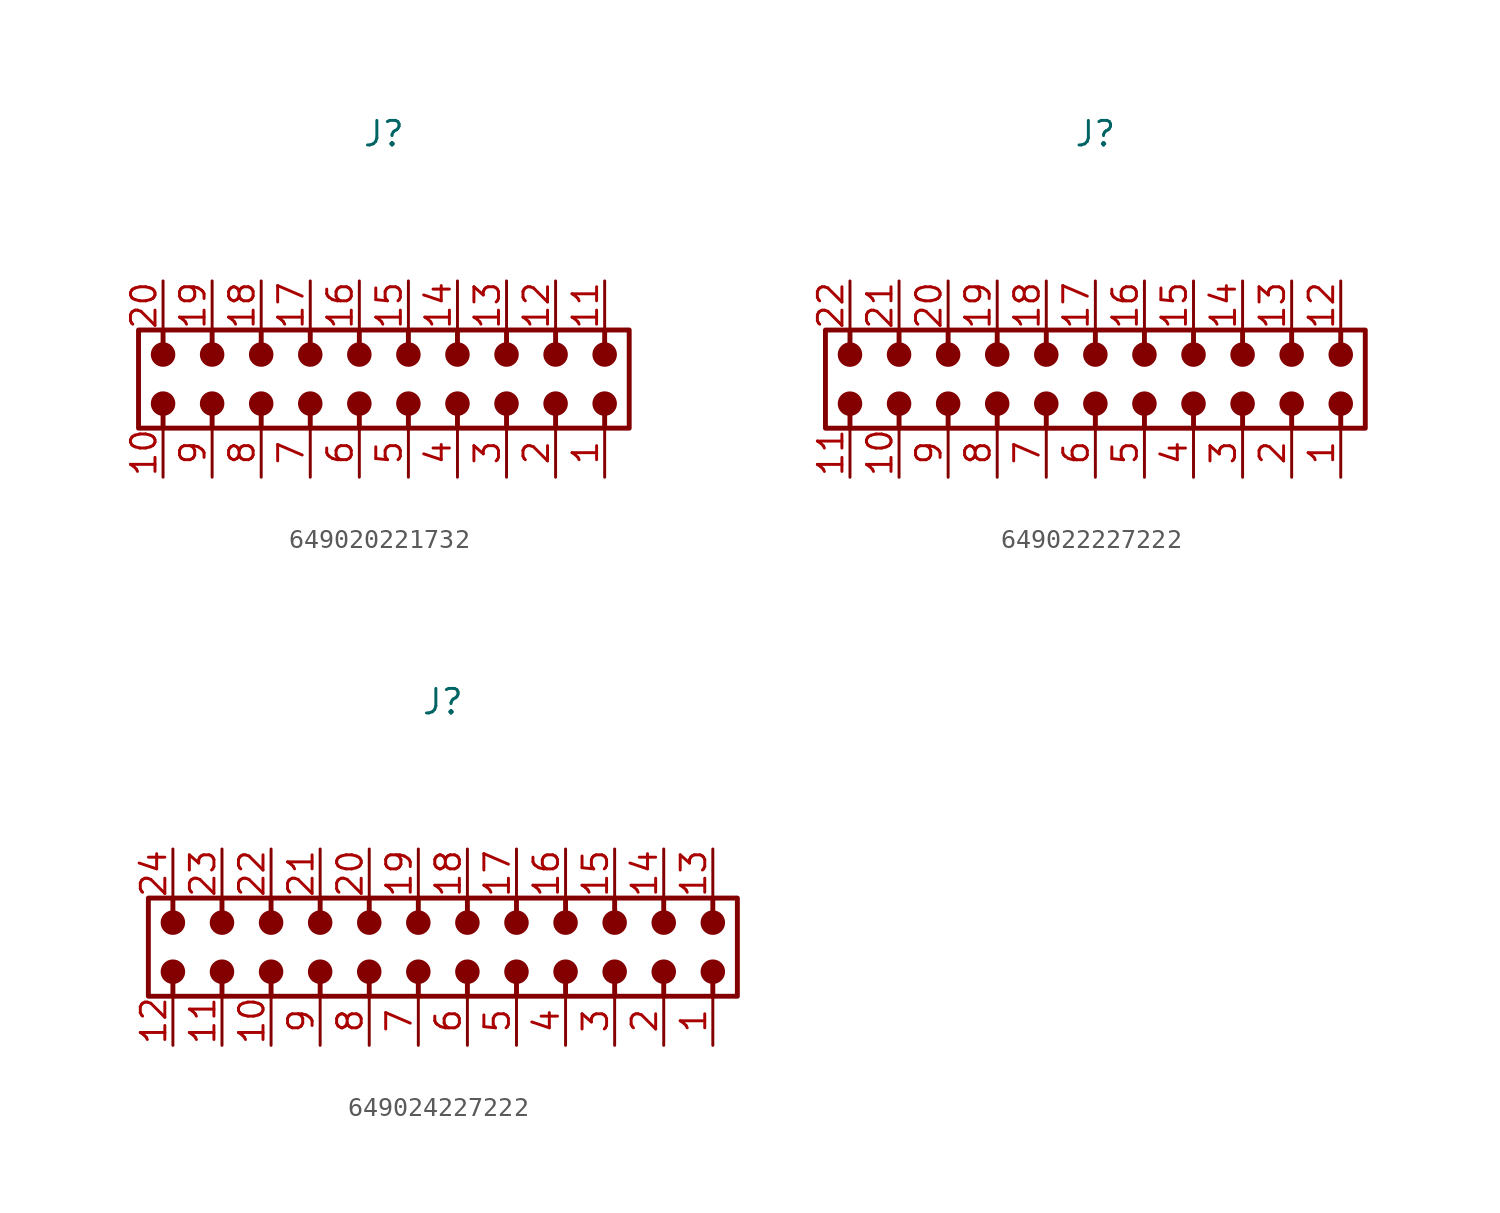
<source format=kicad_sym>
(kicad_symbol_lib
  (version 20241209)
  (generator "kicad_symbol_editor")
  (generator_version "9.0")
  (symbol "649020221732"
    (pin_names
      (hide yes))
    (property "Reference" "J"
      (at 0 12.7 0)
      (effects (font (size 1.27 1.27))))
    (symbol "649020221732_1_1"
      (rectangle (start -12.7 2.54) (end 12.7 -2.54) (stroke (width 0.254) (type solid)) (fill (type none)))
      (polyline (pts (xy -11.43 1.778) (xy -11.43 2.54)) (stroke (width 0.254) (type solid)) (fill (type none)))
      (circle (center -11.43 1.27) (radius 0.508) (stroke (width 0.254) (type solid)) (fill (type outline)))
      (circle (center -11.43 -1.27) (radius 0.508) (stroke (width 0.254) (type solid)) (fill (type outline)))
      (polyline (pts (xy -11.43 -1.778) (xy -11.43 -2.54)) (stroke (width 0.254) (type solid)) (fill (type none)))
      (polyline (pts (xy -8.89 1.778) (xy -8.89 2.54)) (stroke (width 0.254) (type solid)) (fill (type none)))
      (circle (center -8.89 1.27) (radius 0.508) (stroke (width 0.254) (type solid)) (fill (type outline)))
      (circle (center -8.89 -1.27) (radius 0.508) (stroke (width 0.254) (type solid)) (fill (type outline)))
      (polyline (pts (xy -8.89 -1.778) (xy -8.89 -2.54)) (stroke (width 0.254) (type solid)) (fill (type none)))
      (polyline (pts (xy -6.35 1.778) (xy -6.35 2.54)) (stroke (width 0.254) (type solid)) (fill (type none)))
      (circle (center -6.35 1.27) (radius 0.508) (stroke (width 0.254) (type solid)) (fill (type outline)))
      (circle (center -6.35 -1.27) (radius 0.508) (stroke (width 0.254) (type solid)) (fill (type outline)))
      (polyline (pts (xy -6.35 -1.778) (xy -6.35 -2.54)) (stroke (width 0.254) (type solid)) (fill (type none)))
      (polyline (pts (xy -3.81 1.778) (xy -3.81 2.54)) (stroke (width 0.254) (type solid)) (fill (type none)))
      (circle (center -3.81 1.27) (radius 0.508) (stroke (width 0.254) (type solid)) (fill (type outline)))
      (circle (center -3.81 -1.27) (radius 0.508) (stroke (width 0.254) (type solid)) (fill (type outline)))
      (polyline (pts (xy -3.81 -1.778) (xy -3.81 -2.54)) (stroke (width 0.254) (type solid)) (fill (type none)))
      (polyline (pts (xy -1.27 1.778) (xy -1.27 2.54)) (stroke (width 0.254) (type solid)) (fill (type none)))
      (circle (center -1.27 1.27) (radius 0.508) (stroke (width 0.254) (type solid)) (fill (type outline)))
      (circle (center -1.27 -1.27) (radius 0.508) (stroke (width 0.254) (type solid)) (fill (type outline)))
      (polyline (pts (xy -1.27 -1.778) (xy -1.27 -2.54)) (stroke (width 0.254) (type solid)) (fill (type none)))
      (polyline (pts (xy 1.27 1.778) (xy 1.27 2.54)) (stroke (width 0.254) (type solid)) (fill (type none)))
      (circle (center 1.27 1.27) (radius 0.508) (stroke (width 0.254) (type solid)) (fill (type outline)))
      (circle (center 1.27 -1.27) (radius 0.508) (stroke (width 0.254) (type solid)) (fill (type outline)))
      (polyline (pts (xy 1.27 -1.778) (xy 1.27 -2.54)) (stroke (width 0.254) (type solid)) (fill (type none)))
      (polyline (pts (xy 3.81 1.778) (xy 3.81 2.54)) (stroke (width 0.254) (type solid)) (fill (type none)))
      (circle (center 3.81 1.27) (radius 0.508) (stroke (width 0.254) (type solid)) (fill (type outline)))
      (circle (center 3.81 -1.27) (radius 0.508) (stroke (width 0.254) (type solid)) (fill (type outline)))
      (polyline (pts (xy 3.81 -1.778) (xy 3.81 -2.54)) (stroke (width 0.254) (type solid)) (fill (type none)))
      (polyline (pts (xy 6.35 1.778) (xy 6.35 2.54)) (stroke (width 0.254) (type solid)) (fill (type none)))
      (circle (center 6.35 1.27) (radius 0.508) (stroke (width 0.254) (type solid)) (fill (type outline)))
      (circle (center 6.35 -1.27) (radius 0.508) (stroke (width 0.254) (type solid)) (fill (type outline)))
      (polyline (pts (xy 6.35 -1.778) (xy 6.35 -2.54)) (stroke (width 0.254) (type solid)) (fill (type none)))
      (polyline (pts (xy 8.89 1.778) (xy 8.89 2.54)) (stroke (width 0.254) (type solid)) (fill (type none)))
      (circle (center 8.89 1.27) (radius 0.508) (stroke (width 0.254) (type solid)) (fill (type outline)))
      (circle (center 8.89 -1.27) (radius 0.508) (stroke (width 0.254) (type solid)) (fill (type outline)))
      (polyline (pts (xy 8.89 -1.778) (xy 8.89 -2.54)) (stroke (width 0.254) (type solid)) (fill (type none)))
      (polyline (pts (xy 11.43 1.778) (xy 11.43 2.54)) (stroke (width 0.254) (type solid)) (fill (type none)))
      (circle (center 11.43 1.27) (radius 0.508) (stroke (width 0.254) (type solid)) (fill (type outline)))
      (circle (center 11.43 -1.27) (radius 0.508) (stroke (width 0.254) (type solid)) (fill (type outline)))
      (polyline (pts (xy 11.43 -1.778) (xy 11.43 -2.54)) (stroke (width 0.254) (type solid)) (fill (type none)))
      (pin passive line (at -11.43 5.08 270) (length 2.54) (name "20" (effects (font (size 1.27 1.27)))) (number "20" (effects (font (size 1.27 1.27)))))
      (pin passive line (at -11.43 -5.08 90) (length 2.54) (name "10" (effects (font (size 1.27 1.27)))) (number "10" (effects (font (size 1.27 1.27)))))
      (pin passive line (at -8.89 5.08 270) (length 2.54) (name "19" (effects (font (size 1.27 1.27)))) (number "19" (effects (font (size 1.27 1.27)))))
      (pin passive line (at -8.89 -5.08 90) (length 2.54) (name "9" (effects (font (size 1.27 1.27)))) (number "9" (effects (font (size 1.27 1.27)))))
      (pin passive line (at -6.35 5.08 270) (length 2.54) (name "18" (effects (font (size 1.27 1.27)))) (number "18" (effects (font (size 1.27 1.27)))))
      (pin passive line (at -6.35 -5.08 90) (length 2.54) (name "8" (effects (font (size 1.27 1.27)))) (number "8" (effects (font (size 1.27 1.27)))))
      (pin passive line (at -3.81 5.08 270) (length 2.54) (name "17" (effects (font (size 1.27 1.27)))) (number "17" (effects (font (size 1.27 1.27)))))
      (pin passive line (at -3.81 -5.08 90) (length 2.54) (name "7" (effects (font (size 1.27 1.27)))) (number "7" (effects (font (size 1.27 1.27)))))
      (pin passive line (at -1.27 5.08 270) (length 2.54) (name "16" (effects (font (size 1.27 1.27)))) (number "16" (effects (font (size 1.27 1.27)))))
      (pin passive line (at -1.27 -5.08 90) (length 2.54) (name "6" (effects (font (size 1.27 1.27)))) (number "6" (effects (font (size 1.27 1.27)))))
      (pin passive line (at 1.27 5.08 270) (length 2.54) (name "15" (effects (font (size 1.27 1.27)))) (number "15" (effects (font (size 1.27 1.27)))))
      (pin passive line (at 1.27 -5.08 90) (length 2.54) (name "5" (effects (font (size 1.27 1.27)))) (number "5" (effects (font (size 1.27 1.27)))))
      (pin passive line (at 3.81 5.08 270) (length 2.54) (name "14" (effects (font (size 1.27 1.27)))) (number "14" (effects (font (size 1.27 1.27)))))
      (pin passive line (at 3.81 -5.08 90) (length 2.54) (name "4" (effects (font (size 1.27 1.27)))) (number "4" (effects (font (size 1.27 1.27)))))
      (pin passive line (at 6.35 5.08 270) (length 2.54) (name "13" (effects (font (size 1.27 1.27)))) (number "13" (effects (font (size 1.27 1.27)))))
      (pin passive line (at 6.35 -5.08 90) (length 2.54) (name "3" (effects (font (size 1.27 1.27)))) (number "3" (effects (font (size 1.27 1.27)))))
      (pin passive line (at 8.89 5.08 270) (length 2.54) (name "12" (effects (font (size 1.27 1.27)))) (number "12" (effects (font (size 1.27 1.27)))))
      (pin passive line (at 8.89 -5.08 90) (length 2.54) (name "2" (effects (font (size 1.27 1.27)))) (number "2" (effects (font (size 1.27 1.27)))))
      (pin passive line (at 11.43 5.08 270) (length 2.54) (name "11" (effects (font (size 1.27 1.27)))) (number "11" (effects (font (size 1.27 1.27)))))
      (pin passive line (at 11.43 -5.08 90) (length 2.54) (name "1" (effects (font (size 1.27 1.27)))) (number "1" (effects (font (size 1.27 1.27)))))))
  (symbol "649022227222"
    (pin_names
      (hide yes))
    (property "Reference" "J"
      (at 0 12.7 0)
      (effects (font (size 1.27 1.27))))
    (symbol "649022227222_1_1"
      (rectangle (start -13.97 2.54) (end 13.97 -2.54) (stroke (width 0.254) (type solid)) (fill (type none)))
      (polyline (pts (xy -12.7 1.778) (xy -12.7 2.54)) (stroke (width 0.254) (type solid)) (fill (type none)))
      (circle (center -12.7 1.27) (radius 0.508) (stroke (width 0.254) (type solid)) (fill (type outline)))
      (circle (center -12.7 -1.27) (radius 0.508) (stroke (width 0.254) (type solid)) (fill (type outline)))
      (polyline (pts (xy -12.7 -1.778) (xy -12.7 -2.54)) (stroke (width 0.254) (type solid)) (fill (type none)))
      (polyline (pts (xy -10.16 1.778) (xy -10.16 2.54)) (stroke (width 0.254) (type solid)) (fill (type none)))
      (circle (center -10.16 1.27) (radius 0.508) (stroke (width 0.254) (type solid)) (fill (type outline)))
      (circle (center -10.16 -1.27) (radius 0.508) (stroke (width 0.254) (type solid)) (fill (type outline)))
      (polyline (pts (xy -10.16 -1.778) (xy -10.16 -2.54)) (stroke (width 0.254) (type solid)) (fill (type none)))
      (polyline (pts (xy -7.62 1.778) (xy -7.62 2.54)) (stroke (width 0.254) (type solid)) (fill (type none)))
      (circle (center -7.62 1.27) (radius 0.508) (stroke (width 0.254) (type solid)) (fill (type outline)))
      (circle (center -7.62 -1.27) (radius 0.508) (stroke (width 0.254) (type solid)) (fill (type outline)))
      (polyline (pts (xy -7.62 -1.778) (xy -7.62 -2.54)) (stroke (width 0.254) (type solid)) (fill (type none)))
      (polyline (pts (xy -5.08 1.778) (xy -5.08 2.54)) (stroke (width 0.254) (type solid)) (fill (type none)))
      (circle (center -5.08 1.27) (radius 0.508) (stroke (width 0.254) (type solid)) (fill (type outline)))
      (circle (center -5.08 -1.27) (radius 0.508) (stroke (width 0.254) (type solid)) (fill (type outline)))
      (polyline (pts (xy -5.08 -1.778) (xy -5.08 -2.54)) (stroke (width 0.254) (type solid)) (fill (type none)))
      (polyline (pts (xy -2.54 1.778) (xy -2.54 2.54)) (stroke (width 0.254) (type solid)) (fill (type none)))
      (circle (center -2.54 1.27) (radius 0.508) (stroke (width 0.254) (type solid)) (fill (type outline)))
      (circle (center -2.54 -1.27) (radius 0.508) (stroke (width 0.254) (type solid)) (fill (type outline)))
      (polyline (pts (xy -2.54 -1.778) (xy -2.54 -2.54)) (stroke (width 0.254) (type solid)) (fill (type none)))
      (polyline (pts (xy 0 1.778) (xy 0 2.54)) (stroke (width 0.254) (type solid)) (fill (type none)))
      (circle (center 0 1.27) (radius 0.508) (stroke (width 0.254) (type solid)) (fill (type outline)))
      (circle (center 0 -1.27) (radius 0.508) (stroke (width 0.254) (type solid)) (fill (type outline)))
      (polyline (pts (xy 0 -1.778) (xy 0 -2.54)) (stroke (width 0.254) (type solid)) (fill (type none)))
      (polyline (pts (xy 2.54 1.778) (xy 2.54 2.54)) (stroke (width 0.254) (type solid)) (fill (type none)))
      (circle (center 2.54 1.27) (radius 0.508) (stroke (width 0.254) (type solid)) (fill (type outline)))
      (circle (center 2.54 -1.27) (radius 0.508) (stroke (width 0.254) (type solid)) (fill (type outline)))
      (polyline (pts (xy 2.54 -1.778) (xy 2.54 -2.54)) (stroke (width 0.254) (type solid)) (fill (type none)))
      (polyline (pts (xy 5.08 1.778) (xy 5.08 2.54)) (stroke (width 0.254) (type solid)) (fill (type none)))
      (circle (center 5.08 1.27) (radius 0.508) (stroke (width 0.254) (type solid)) (fill (type outline)))
      (circle (center 5.08 -1.27) (radius 0.508) (stroke (width 0.254) (type solid)) (fill (type outline)))
      (polyline (pts (xy 5.08 -1.778) (xy 5.08 -2.54)) (stroke (width 0.254) (type solid)) (fill (type none)))
      (polyline (pts (xy 7.62 1.778) (xy 7.62 2.54)) (stroke (width 0.254) (type solid)) (fill (type none)))
      (circle (center 7.62 1.27) (radius 0.508) (stroke (width 0.254) (type solid)) (fill (type outline)))
      (circle (center 7.62 -1.27) (radius 0.508) (stroke (width 0.254) (type solid)) (fill (type outline)))
      (polyline (pts (xy 7.62 -1.778) (xy 7.62 -2.54)) (stroke (width 0.254) (type solid)) (fill (type none)))
      (polyline (pts (xy 10.16 1.778) (xy 10.16 2.54)) (stroke (width 0.254) (type solid)) (fill (type none)))
      (circle (center 10.16 1.27) (radius 0.508) (stroke (width 0.254) (type solid)) (fill (type outline)))
      (circle (center 10.16 -1.27) (radius 0.508) (stroke (width 0.254) (type solid)) (fill (type outline)))
      (polyline (pts (xy 10.16 -1.778) (xy 10.16 -2.54)) (stroke (width 0.254) (type solid)) (fill (type none)))
      (polyline (pts (xy 12.7 1.778) (xy 12.7 2.54)) (stroke (width 0.254) (type solid)) (fill (type none)))
      (circle (center 12.7 1.27) (radius 0.508) (stroke (width 0.254) (type solid)) (fill (type outline)))
      (circle (center 12.7 -1.27) (radius 0.508) (stroke (width 0.254) (type solid)) (fill (type outline)))
      (polyline (pts (xy 12.7 -1.778) (xy 12.7 -2.54)) (stroke (width 0.254) (type solid)) (fill (type none)))
      (pin passive line (at -12.7 5.08 270) (length 2.54) (name "22" (effects (font (size 1.27 1.27)))) (number "22" (effects (font (size 1.27 1.27)))))
      (pin passive line (at -12.7 -5.08 90) (length 2.54) (name "11" (effects (font (size 1.27 1.27)))) (number "11" (effects (font (size 1.27 1.27)))))
      (pin passive line (at -10.16 5.08 270) (length 2.54) (name "21" (effects (font (size 1.27 1.27)))) (number "21" (effects (font (size 1.27 1.27)))))
      (pin passive line (at -10.16 -5.08 90) (length 2.54) (name "10" (effects (font (size 1.27 1.27)))) (number "10" (effects (font (size 1.27 1.27)))))
      (pin passive line (at -7.62 5.08 270) (length 2.54) (name "20" (effects (font (size 1.27 1.27)))) (number "20" (effects (font (size 1.27 1.27)))))
      (pin passive line (at -7.62 -5.08 90) (length 2.54) (name "9" (effects (font (size 1.27 1.27)))) (number "9" (effects (font (size 1.27 1.27)))))
      (pin passive line (at -5.08 5.08 270) (length 2.54) (name "19" (effects (font (size 1.27 1.27)))) (number "19" (effects (font (size 1.27 1.27)))))
      (pin passive line (at -5.08 -5.08 90) (length 2.54) (name "8" (effects (font (size 1.27 1.27)))) (number "8" (effects (font (size 1.27 1.27)))))
      (pin passive line (at -2.54 5.08 270) (length 2.54) (name "18" (effects (font (size 1.27 1.27)))) (number "18" (effects (font (size 1.27 1.27)))))
      (pin passive line (at -2.54 -5.08 90) (length 2.54) (name "7" (effects (font (size 1.27 1.27)))) (number "7" (effects (font (size 1.27 1.27)))))
      (pin passive line (at 0 5.08 270) (length 2.54) (name "17" (effects (font (size 1.27 1.27)))) (number "17" (effects (font (size 1.27 1.27)))))
      (pin passive line (at 0 -5.08 90) (length 2.54) (name "6" (effects (font (size 1.27 1.27)))) (number "6" (effects (font (size 1.27 1.27)))))
      (pin passive line (at 2.54 5.08 270) (length 2.54) (name "16" (effects (font (size 1.27 1.27)))) (number "16" (effects (font (size 1.27 1.27)))))
      (pin passive line (at 2.54 -5.08 90) (length 2.54) (name "5" (effects (font (size 1.27 1.27)))) (number "5" (effects (font (size 1.27 1.27)))))
      (pin passive line (at 5.08 5.08 270) (length 2.54) (name "15" (effects (font (size 1.27 1.27)))) (number "15" (effects (font (size 1.27 1.27)))))
      (pin passive line (at 5.08 -5.08 90) (length 2.54) (name "4" (effects (font (size 1.27 1.27)))) (number "4" (effects (font (size 1.27 1.27)))))
      (pin passive line (at 7.62 5.08 270) (length 2.54) (name "14" (effects (font (size 1.27 1.27)))) (number "14" (effects (font (size 1.27 1.27)))))
      (pin passive line (at 7.62 -5.08 90) (length 2.54) (name "3" (effects (font (size 1.27 1.27)))) (number "3" (effects (font (size 1.27 1.27)))))
      (pin passive line (at 10.16 5.08 270) (length 2.54) (name "13" (effects (font (size 1.27 1.27)))) (number "13" (effects (font (size 1.27 1.27)))))
      (pin passive line (at 10.16 -5.08 90) (length 2.54) (name "2" (effects (font (size 1.27 1.27)))) (number "2" (effects (font (size 1.27 1.27)))))
      (pin passive line (at 12.7 5.08 270) (length 2.54) (name "12" (effects (font (size 1.27 1.27)))) (number "12" (effects (font (size 1.27 1.27)))))
      (pin passive line (at 12.7 -5.08 90) (length 2.54) (name "1" (effects (font (size 1.27 1.27)))) (number "1" (effects (font (size 1.27 1.27)))))))
  (symbol "649024227222"
    (pin_names
      (hide yes))
    (property "Reference" "J"
      (at 0 12.7 0)
      (effects (font (size 1.27 1.27))))
    (symbol "649024227222_1_1"
      (rectangle (start -15.24 2.54) (end 15.24 -2.54) (stroke (width 0.254) (type solid)) (fill (type none)))
      (polyline (pts (xy -13.97 1.778) (xy -13.97 2.54)) (stroke (width 0.254) (type solid)) (fill (type none)))
      (circle (center -13.97 1.27) (radius 0.508) (stroke (width 0.254) (type solid)) (fill (type outline)))
      (circle (center -13.97 -1.27) (radius 0.508) (stroke (width 0.254) (type solid)) (fill (type outline)))
      (polyline (pts (xy -13.97 -1.778) (xy -13.97 -2.54)) (stroke (width 0.254) (type solid)) (fill (type none)))
      (polyline (pts (xy -11.43 1.778) (xy -11.43 2.54)) (stroke (width 0.254) (type solid)) (fill (type none)))
      (circle (center -11.43 1.27) (radius 0.508) (stroke (width 0.254) (type solid)) (fill (type outline)))
      (circle (center -11.43 -1.27) (radius 0.508) (stroke (width 0.254) (type solid)) (fill (type outline)))
      (polyline (pts (xy -11.43 -1.778) (xy -11.43 -2.54)) (stroke (width 0.254) (type solid)) (fill (type none)))
      (polyline (pts (xy -8.89 1.778) (xy -8.89 2.54)) (stroke (width 0.254) (type solid)) (fill (type none)))
      (circle (center -8.89 1.27) (radius 0.508) (stroke (width 0.254) (type solid)) (fill (type outline)))
      (circle (center -8.89 -1.27) (radius 0.508) (stroke (width 0.254) (type solid)) (fill (type outline)))
      (polyline (pts (xy -8.89 -1.778) (xy -8.89 -2.54)) (stroke (width 0.254) (type solid)) (fill (type none)))
      (polyline (pts (xy -6.35 1.778) (xy -6.35 2.54)) (stroke (width 0.254) (type solid)) (fill (type none)))
      (circle (center -6.35 1.27) (radius 0.508) (stroke (width 0.254) (type solid)) (fill (type outline)))
      (circle (center -6.35 -1.27) (radius 0.508) (stroke (width 0.254) (type solid)) (fill (type outline)))
      (polyline (pts (xy -6.35 -1.778) (xy -6.35 -2.54)) (stroke (width 0.254) (type solid)) (fill (type none)))
      (polyline (pts (xy -3.81 1.778) (xy -3.81 2.54)) (stroke (width 0.254) (type solid)) (fill (type none)))
      (circle (center -3.81 1.27) (radius 0.508) (stroke (width 0.254) (type solid)) (fill (type outline)))
      (circle (center -3.81 -1.27) (radius 0.508) (stroke (width 0.254) (type solid)) (fill (type outline)))
      (polyline (pts (xy -3.81 -1.778) (xy -3.81 -2.54)) (stroke (width 0.254) (type solid)) (fill (type none)))
      (polyline (pts (xy -1.27 1.778) (xy -1.27 2.54)) (stroke (width 0.254) (type solid)) (fill (type none)))
      (circle (center -1.27 1.27) (radius 0.508) (stroke (width 0.254) (type solid)) (fill (type outline)))
      (circle (center -1.27 -1.27) (radius 0.508) (stroke (width 0.254) (type solid)) (fill (type outline)))
      (polyline (pts (xy -1.27 -1.778) (xy -1.27 -2.54)) (stroke (width 0.254) (type solid)) (fill (type none)))
      (polyline (pts (xy 1.27 1.778) (xy 1.27 2.54)) (stroke (width 0.254) (type solid)) (fill (type none)))
      (circle (center 1.27 1.27) (radius 0.508) (stroke (width 0.254) (type solid)) (fill (type outline)))
      (circle (center 1.27 -1.27) (radius 0.508) (stroke (width 0.254) (type solid)) (fill (type outline)))
      (polyline (pts (xy 1.27 -1.778) (xy 1.27 -2.54)) (stroke (width 0.254) (type solid)) (fill (type none)))
      (polyline (pts (xy 3.81 1.778) (xy 3.81 2.54)) (stroke (width 0.254) (type solid)) (fill (type none)))
      (circle (center 3.81 1.27) (radius 0.508) (stroke (width 0.254) (type solid)) (fill (type outline)))
      (circle (center 3.81 -1.27) (radius 0.508) (stroke (width 0.254) (type solid)) (fill (type outline)))
      (polyline (pts (xy 3.81 -1.778) (xy 3.81 -2.54)) (stroke (width 0.254) (type solid)) (fill (type none)))
      (polyline (pts (xy 6.35 1.778) (xy 6.35 2.54)) (stroke (width 0.254) (type solid)) (fill (type none)))
      (circle (center 6.35 1.27) (radius 0.508) (stroke (width 0.254) (type solid)) (fill (type outline)))
      (circle (center 6.35 -1.27) (radius 0.508) (stroke (width 0.254) (type solid)) (fill (type outline)))
      (polyline (pts (xy 6.35 -1.778) (xy 6.35 -2.54)) (stroke (width 0.254) (type solid)) (fill (type none)))
      (polyline (pts (xy 8.89 1.778) (xy 8.89 2.54)) (stroke (width 0.254) (type solid)) (fill (type none)))
      (circle (center 8.89 1.27) (radius 0.508) (stroke (width 0.254) (type solid)) (fill (type outline)))
      (circle (center 8.89 -1.27) (radius 0.508) (stroke (width 0.254) (type solid)) (fill (type outline)))
      (polyline (pts (xy 8.89 -1.778) (xy 8.89 -2.54)) (stroke (width 0.254) (type solid)) (fill (type none)))
      (polyline (pts (xy 11.43 1.778) (xy 11.43 2.54)) (stroke (width 0.254) (type solid)) (fill (type none)))
      (circle (center 11.43 1.27) (radius 0.508) (stroke (width 0.254) (type solid)) (fill (type outline)))
      (circle (center 11.43 -1.27) (radius 0.508) (stroke (width 0.254) (type solid)) (fill (type outline)))
      (polyline (pts (xy 11.43 -1.778) (xy 11.43 -2.54)) (stroke (width 0.254) (type solid)) (fill (type none)))
      (polyline (pts (xy 13.97 1.778) (xy 13.97 2.54)) (stroke (width 0.254) (type solid)) (fill (type none)))
      (circle (center 13.97 1.27) (radius 0.508) (stroke (width 0.254) (type solid)) (fill (type outline)))
      (circle (center 13.97 -1.27) (radius 0.508) (stroke (width 0.254) (type solid)) (fill (type outline)))
      (polyline (pts (xy 13.97 -1.778) (xy 13.97 -2.54)) (stroke (width 0.254) (type solid)) (fill (type none)))
      (pin passive line (at -13.97 5.08 270) (length 2.54) (name "24" (effects (font (size 1.27 1.27)))) (number "24" (effects (font (size 1.27 1.27)))))
      (pin passive line (at -13.97 -5.08 90) (length 2.54) (name "12" (effects (font (size 1.27 1.27)))) (number "12" (effects (font (size 1.27 1.27)))))
      (pin passive line (at -11.43 5.08 270) (length 2.54) (name "23" (effects (font (size 1.27 1.27)))) (number "23" (effects (font (size 1.27 1.27)))))
      (pin passive line (at -11.43 -5.08 90) (length 2.54) (name "11" (effects (font (size 1.27 1.27)))) (number "11" (effects (font (size 1.27 1.27)))))
      (pin passive line (at -8.89 5.08 270) (length 2.54) (name "22" (effects (font (size 1.27 1.27)))) (number "22" (effects (font (size 1.27 1.27)))))
      (pin passive line (at -8.89 -5.08 90) (length 2.54) (name "10" (effects (font (size 1.27 1.27)))) (number "10" (effects (font (size 1.27 1.27)))))
      (pin passive line (at -6.35 5.08 270) (length 2.54) (name "21" (effects (font (size 1.27 1.27)))) (number "21" (effects (font (size 1.27 1.27)))))
      (pin passive line (at -6.35 -5.08 90) (length 2.54) (name "9" (effects (font (size 1.27 1.27)))) (number "9" (effects (font (size 1.27 1.27)))))
      (pin passive line (at -3.81 5.08 270) (length 2.54) (name "20" (effects (font (size 1.27 1.27)))) (number "20" (effects (font (size 1.27 1.27)))))
      (pin passive line (at -3.81 -5.08 90) (length 2.54) (name "8" (effects (font (size 1.27 1.27)))) (number "8" (effects (font (size 1.27 1.27)))))
      (pin passive line (at -1.27 5.08 270) (length 2.54) (name "19" (effects (font (size 1.27 1.27)))) (number "19" (effects (font (size 1.27 1.27)))))
      (pin passive line (at -1.27 -5.08 90) (length 2.54) (name "7" (effects (font (size 1.27 1.27)))) (number "7" (effects (font (size 1.27 1.27)))))
      (pin passive line (at 1.27 5.08 270) (length 2.54) (name "18" (effects (font (size 1.27 1.27)))) (number "18" (effects (font (size 1.27 1.27)))))
      (pin passive line (at 1.27 -5.08 90) (length 2.54) (name "6" (effects (font (size 1.27 1.27)))) (number "6" (effects (font (size 1.27 1.27)))))
      (pin passive line (at 3.81 5.08 270) (length 2.54) (name "17" (effects (font (size 1.27 1.27)))) (number "17" (effects (font (size 1.27 1.27)))))
      (pin passive line (at 3.81 -5.08 90) (length 2.54) (name "5" (effects (font (size 1.27 1.27)))) (number "5" (effects (font (size 1.27 1.27)))))
      (pin passive line (at 6.35 5.08 270) (length 2.54) (name "16" (effects (font (size 1.27 1.27)))) (number "16" (effects (font (size 1.27 1.27)))))
      (pin passive line (at 6.35 -5.08 90) (length 2.54) (name "4" (effects (font (size 1.27 1.27)))) (number "4" (effects (font (size 1.27 1.27)))))
      (pin passive line (at 8.89 5.08 270) (length 2.54) (name "15" (effects (font (size 1.27 1.27)))) (number "15" (effects (font (size 1.27 1.27)))))
      (pin passive line (at 8.89 -5.08 90) (length 2.54) (name "3" (effects (font (size 1.27 1.27)))) (number "3" (effects (font (size 1.27 1.27)))))
      (pin passive line (at 11.43 5.08 270) (length 2.54) (name "14" (effects (font (size 1.27 1.27)))) (number "14" (effects (font (size 1.27 1.27)))))
      (pin passive line (at 11.43 -5.08 90) (length 2.54) (name "2" (effects (font (size 1.27 1.27)))) (number "2" (effects (font (size 1.27 1.27)))))
      (pin passive line (at 13.97 5.08 270) (length 2.54) (name "13" (effects (font (size 1.27 1.27)))) (number "13" (effects (font (size 1.27 1.27)))))
      (pin passive line (at 13.97 -5.08 90) (length 2.54) (name "1" (effects (font (size 1.27 1.27)))) (number "1" (effects (font (size 1.27 1.27))))))))
</source>
